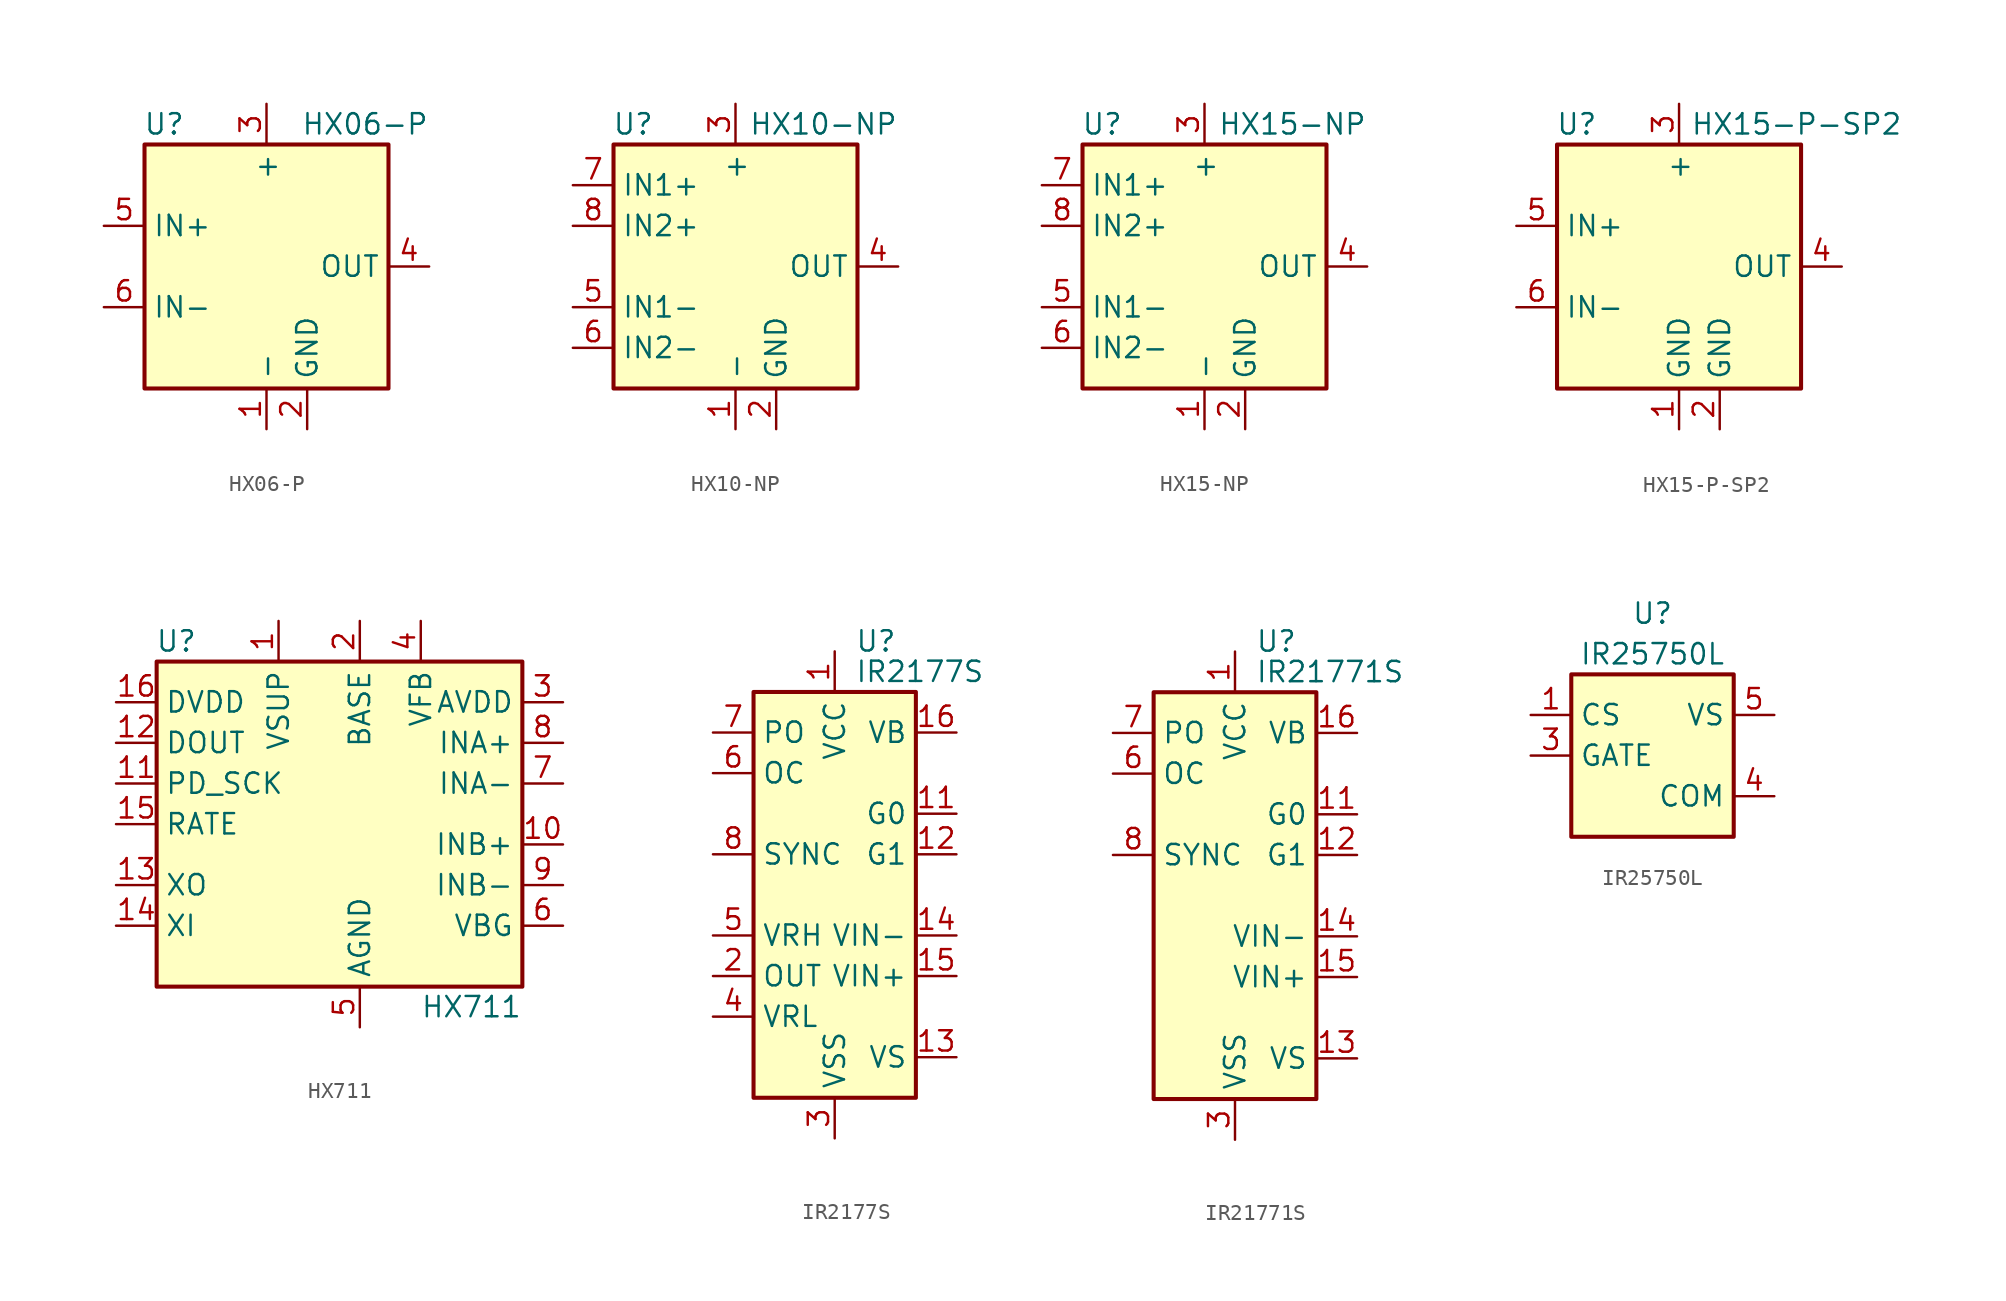
<source format=kicad_sym>
(kicad_symbol_lib
  (version 20211014)
  (generator kicad_symbol_editor)
  (symbol "HX06-P"
    (property "Reference" "U"
      (at -5.08 8.89 0)
      (effects (font (size 1.27 1.27)) (justify right)))
    (property "Value" "HX06-P"
      (at 10.16 8.89 0)
      (effects (font (size 1.27 1.27)) (justify right)))
    (symbol "HX06-P_0_1"
      (rectangle (start -7.62 7.62) (end 7.62 -7.62) (stroke (width 0.254) (type default) (color 0 0 0 0)) (fill (type background))))
    (symbol "HX06-P_1_1"
      (pin power_in line (at 0 -10.16 90) (length 2.54) (name "-" (effects (font (size 1.27 1.27)))) (number "1" (effects (font (size 1.27 1.27)))))
      (pin power_in line (at 2.54 -10.16 90) (length 2.54) (name "GND" (effects (font (size 1.27 1.27)))) (number "2" (effects (font (size 1.27 1.27)))))
      (pin power_in line (at 0 10.16 270) (length 2.54) (name "+" (effects (font (size 1.27 1.27)))) (number "3" (effects (font (size 1.27 1.27)))))
      (pin output line (at 10.16 0 180) (length 2.54) (name "OUT" (effects (font (size 1.27 1.27)))) (number "4" (effects (font (size 1.27 1.27)))))
      (pin passive line (at -10.16 2.54 0) (length 2.54) (name "IN+" (effects (font (size 1.27 1.27)))) (number "5" (effects (font (size 1.27 1.27)))))
      (pin passive line (at -10.16 -2.54 0) (length 2.54) (name "IN-" (effects (font (size 1.27 1.27)))) (number "6" (effects (font (size 1.27 1.27)))))))
  (symbol "HX10-NP"
    (property "Reference" "U"
      (at -5.08 8.89 0)
      (effects (font (size 1.27 1.27)) (justify right)))
    (property "Value" "HX10-NP"
      (at 10.16 8.89 0)
      (effects (font (size 1.27 1.27)) (justify right)))
    (symbol "HX10-NP_0_1"
      (rectangle (start -7.62 7.62) (end 7.62 -7.62) (stroke (width 0.254) (type default) (color 0 0 0 0)) (fill (type background))))
    (symbol "HX10-NP_1_1"
      (pin power_in line (at 0 -10.16 90) (length 2.54) (name "-" (effects (font (size 1.27 1.27)))) (number "1" (effects (font (size 1.27 1.27)))))
      (pin power_in line (at 2.54 -10.16 90) (length 2.54) (name "GND" (effects (font (size 1.27 1.27)))) (number "2" (effects (font (size 1.27 1.27)))))
      (pin power_in line (at 0 10.16 270) (length 2.54) (name "+" (effects (font (size 1.27 1.27)))) (number "3" (effects (font (size 1.27 1.27)))))
      (pin output line (at 10.16 0 180) (length 2.54) (name "OUT" (effects (font (size 1.27 1.27)))) (number "4" (effects (font (size 1.27 1.27)))))
      (pin passive line (at -10.16 -2.54 0) (length 2.54) (name "IN1-" (effects (font (size 1.27 1.27)))) (number "5" (effects (font (size 1.27 1.27)))))
      (pin passive line (at -10.16 -5.08 0) (length 2.54) (name "IN2-" (effects (font (size 1.27 1.27)))) (number "6" (effects (font (size 1.27 1.27)))))
      (pin passive line (at -10.16 5.08 0) (length 2.54) (name "IN1+" (effects (font (size 1.27 1.27)))) (number "7" (effects (font (size 1.27 1.27)))))
      (pin passive line (at -10.16 2.54 0) (length 2.54) (name "IN2+" (effects (font (size 1.27 1.27)))) (number "8" (effects (font (size 1.27 1.27)))))))
  (symbol "HX15-NP"
    (property "Reference" "U"
      (at -5.08 8.89 0)
      (effects (font (size 1.27 1.27)) (justify right)))
    (property "Value" "HX15-NP"
      (at 10.16 8.89 0)
      (effects (font (size 1.27 1.27)) (justify right)))
    (symbol "HX15-NP_0_1"
      (rectangle (start -7.62 7.62) (end 7.62 -7.62) (stroke (width 0.254) (type default) (color 0 0 0 0)) (fill (type background))))
    (symbol "HX15-NP_1_1"
      (pin power_in line (at 0 -10.16 90) (length 2.54) (name "-" (effects (font (size 1.27 1.27)))) (number "1" (effects (font (size 1.27 1.27)))))
      (pin power_in line (at 2.54 -10.16 90) (length 2.54) (name "GND" (effects (font (size 1.27 1.27)))) (number "2" (effects (font (size 1.27 1.27)))))
      (pin power_in line (at 0 10.16 270) (length 2.54) (name "+" (effects (font (size 1.27 1.27)))) (number "3" (effects (font (size 1.27 1.27)))))
      (pin output line (at 10.16 0 180) (length 2.54) (name "OUT" (effects (font (size 1.27 1.27)))) (number "4" (effects (font (size 1.27 1.27)))))
      (pin passive line (at -10.16 -2.54 0) (length 2.54) (name "IN1-" (effects (font (size 1.27 1.27)))) (number "5" (effects (font (size 1.27 1.27)))))
      (pin passive line (at -10.16 -5.08 0) (length 2.54) (name "IN2-" (effects (font (size 1.27 1.27)))) (number "6" (effects (font (size 1.27 1.27)))))
      (pin passive line (at -10.16 5.08 0) (length 2.54) (name "IN1+" (effects (font (size 1.27 1.27)))) (number "7" (effects (font (size 1.27 1.27)))))
      (pin passive line (at -10.16 2.54 0) (length 2.54) (name "IN2+" (effects (font (size 1.27 1.27)))) (number "8" (effects (font (size 1.27 1.27)))))))
  (symbol "HX15-P-SP2"
    (property "Reference" "U"
      (at -5.08 8.89 0)
      (effects (font (size 1.27 1.27)) (justify right)))
    (property "Value" "HX15-P-SP2"
      (at 13.97 8.89 0)
      (effects (font (size 1.27 1.27)) (justify right)))
    (symbol "HX15-P-SP2_0_1"
      (rectangle (start -7.62 7.62) (end 7.62 -7.62) (stroke (width 0.254) (type default) (color 0 0 0 0)) (fill (type background))))
    (symbol "HX15-P-SP2_1_1"
      (pin power_in line (at 0 -10.16 90) (length 2.54) (name "GND" (effects (font (size 1.27 1.27)))) (number "1" (effects (font (size 1.27 1.27)))))
      (pin power_in line (at 2.54 -10.16 90) (length 2.54) (name "GND" (effects (font (size 1.27 1.27)))) (number "2" (effects (font (size 1.27 1.27)))))
      (pin power_in line (at 0 10.16 270) (length 2.54) (name "+" (effects (font (size 1.27 1.27)))) (number "3" (effects (font (size 1.27 1.27)))))
      (pin output line (at 10.16 0 180) (length 2.54) (name "OUT" (effects (font (size 1.27 1.27)))) (number "4" (effects (font (size 1.27 1.27)))))
      (pin passive line (at -10.16 2.54 0) (length 2.54) (name "IN+" (effects (font (size 1.27 1.27)))) (number "5" (effects (font (size 1.27 1.27)))))
      (pin passive line (at -10.16 -2.54 0) (length 2.54) (name "IN-" (effects (font (size 1.27 1.27)))) (number "6" (effects (font (size 1.27 1.27)))))))
  (symbol "HX711"
    (property "Reference" "U"
      (at -5.08 8.89 0)
      (effects (font (size 1.27 1.27)) (justify right)))
    (property "Value" "HX711"
      (at 15.24 -13.97 0)
      (effects (font (size 1.27 1.27)) (justify right)))
    (symbol "HX711_0_1"
      (rectangle (start -7.62 7.62) (end 15.24 -12.7) (stroke (width 0.254) (type default) (color 0 0 0 0)) (fill (type background))))
    (symbol "HX711_1_1"
      (pin input line (at 0 10.16 270) (length 2.54) (name "VSUP" (effects (font (size 1.27 1.27)))) (number "1" (effects (font (size 1.27 1.27)))))
      (pin output line (at 17.78 -3.81 180) (length 2.54) (name "INB+" (effects (font (size 1.27 1.27)))) (number "10" (effects (font (size 1.27 1.27)))))
      (pin passive line (at -10.16 0 0) (length 2.54) (name "PD_SCK" (effects (font (size 1.27 1.27)))) (number "11" (effects (font (size 1.27 1.27)))))
      (pin passive line (at -10.16 2.54 0) (length 2.54) (name "DOUT" (effects (font (size 1.27 1.27)))) (number "12" (effects (font (size 1.27 1.27)))))
      (pin passive line (at -10.16 -6.35 0) (length 2.54) (name "XO" (effects (font (size 1.27 1.27)))) (number "13" (effects (font (size 1.27 1.27)))))
      (pin passive line (at -10.16 -8.89 0) (length 2.54) (name "XI" (effects (font (size 1.27 1.27)))) (number "14" (effects (font (size 1.27 1.27)))))
      (pin passive line (at -10.16 -2.54 0) (length 2.54) (name "RATE" (effects (font (size 1.27 1.27)))) (number "15" (effects (font (size 1.27 1.27)))))
      (pin passive line (at -10.16 5.08 0) (length 2.54) (name "DVDD" (effects (font (size 1.27 1.27)))) (number "16" (effects (font (size 1.27 1.27)))))
      (pin output line (at 5.08 10.16 270) (length 2.54) (name "BASE" (effects (font (size 1.27 1.27)))) (number "2" (effects (font (size 1.27 1.27)))))
      (pin output line (at 17.78 5.08 180) (length 2.54) (name "AVDD" (effects (font (size 1.27 1.27)))) (number "3" (effects (font (size 1.27 1.27)))))
      (pin input line (at 8.89 10.16 270) (length 2.54) (name "VFB" (effects (font (size 1.27 1.27)))) (number "4" (effects (font (size 1.27 1.27)))))
      (pin power_in line (at 5.08 -15.24 90) (length 2.54) (name "AGND" (effects (font (size 1.27 1.27)))) (number "5" (effects (font (size 1.27 1.27)))))
      (pin output line (at 17.78 -8.89 180) (length 2.54) (name "VBG" (effects (font (size 1.27 1.27)))) (number "6" (effects (font (size 1.27 1.27)))))
      (pin output line (at 17.78 0 180) (length 2.54) (name "INA-" (effects (font (size 1.27 1.27)))) (number "7" (effects (font (size 1.27 1.27)))))
      (pin output line (at 17.78 2.54 180) (length 2.54) (name "INA+" (effects (font (size 1.27 1.27)))) (number "8" (effects (font (size 1.27 1.27)))))
      (pin output line (at 17.78 -6.35 180) (length 2.54) (name "INB-" (effects (font (size 1.27 1.27)))) (number "9" (effects (font (size 1.27 1.27)))))))
  (symbol "IR2177S"
    (property "Reference" "U"
      (at 1.27 15.875 0)
      (effects (font (size 1.27 1.27)) (justify left)))
    (property "Value" "IR2177S"
      (at 1.27 13.97 0)
      (effects (font (size 1.27 1.27)) (justify left)))
    (symbol "IR2177S_0_1"
      (rectangle (start -5.08 -12.7) (end 5.08 12.7) (stroke (width 0.254) (type default) (color 0 0 0 0)) (fill (type background))))
    (symbol "IR2177S_1_1"
      (pin power_in line (at 0 15.24 270) (length 2.54) (name "VCC" (effects (font (size 1.27 1.27)))) (number "1" (effects (font (size 1.27 1.27)))))
      (pin no_connect line (at -5.08 0 0) (length 2.54) hide (name "NC" (effects (font (size 1.27 1.27)))) (number "10" (effects (font (size 1.27 1.27)))))
      (pin input line (at 7.62 5.08 180) (length 2.54) (name "G0" (effects (font (size 1.27 1.27)))) (number "11" (effects (font (size 1.27 1.27)))))
      (pin input line (at 7.62 2.54 180) (length 2.54) (name "G1" (effects (font (size 1.27 1.27)))) (number "12" (effects (font (size 1.27 1.27)))))
      (pin passive line (at 7.62 -10.16 180) (length 2.54) (name "VS" (effects (font (size 1.27 1.27)))) (number "13" (effects (font (size 1.27 1.27)))))
      (pin passive line (at 7.62 -2.54 180) (length 2.54) (name "VIN-" (effects (font (size 1.27 1.27)))) (number "14" (effects (font (size 1.27 1.27)))))
      (pin passive line (at 7.62 -5.08 180) (length 2.54) (name "VIN+" (effects (font (size 1.27 1.27)))) (number "15" (effects (font (size 1.27 1.27)))))
      (pin passive line (at 7.62 10.16 180) (length 2.54) (name "VB" (effects (font (size 1.27 1.27)))) (number "16" (effects (font (size 1.27 1.27)))))
      (pin output line (at -7.62 -5.08 0) (length 2.54) (name "OUT" (effects (font (size 1.27 1.27)))) (number "2" (effects (font (size 1.27 1.27)))))
      (pin power_in line (at 0 -15.24 90) (length 2.54) (name "VSS" (effects (font (size 1.27 1.27)))) (number "3" (effects (font (size 1.27 1.27)))))
      (pin input line (at -7.62 -7.62 0) (length 2.54) (name "VRL" (effects (font (size 1.27 1.27)))) (number "4" (effects (font (size 1.27 1.27)))))
      (pin input line (at -7.62 -2.54 0) (length 2.54) (name "VRH" (effects (font (size 1.27 1.27)))) (number "5" (effects (font (size 1.27 1.27)))))
      (pin open_collector line (at -7.62 7.62 0) (length 2.54) (name "OC" (effects (font (size 1.27 1.27)))) (number "6" (effects (font (size 1.27 1.27)))))
      (pin open_collector line (at -7.62 10.16 0) (length 2.54) (name "PO" (effects (font (size 1.27 1.27)))) (number "7" (effects (font (size 1.27 1.27)))))
      (pin input line (at -7.62 2.54 0) (length 2.54) (name "SYNC" (effects (font (size 1.27 1.27)))) (number "8" (effects (font (size 1.27 1.27)))))
      (pin no_connect line (at -5.08 5.08 0) (length 2.54) hide (name "NC" (effects (font (size 1.27 1.27)))) (number "9" (effects (font (size 1.27 1.27)))))))
  (symbol "IR21771S"
    (property "Reference" "U"
      (at 1.27 15.875 0)
      (effects (font (size 1.27 1.27)) (justify left)))
    (property "Value" "IR21771S"
      (at 1.27 13.97 0)
      (effects (font (size 1.27 1.27)) (justify left)))
    (symbol "IR21771S_0_1"
      (rectangle (start -5.08 -12.7) (end 5.08 12.7) (stroke (width 0.254) (type default) (color 0 0 0 0)) (fill (type background))))
    (symbol "IR21771S_1_1"
      (pin power_in line (at 0 15.24 270) (length 2.54) (name "VCC" (effects (font (size 1.27 1.27)))) (number "1" (effects (font (size 1.27 1.27)))))
      (pin no_connect line (at -5.08 0 0) (length 2.54) hide (name "NC" (effects (font (size 1.27 1.27)))) (number "10" (effects (font (size 1.27 1.27)))))
      (pin input line (at 7.62 5.08 180) (length 2.54) (name "G0" (effects (font (size 1.27 1.27)))) (number "11" (effects (font (size 1.27 1.27)))))
      (pin input line (at 7.62 2.54 180) (length 2.54) (name "G1" (effects (font (size 1.27 1.27)))) (number "12" (effects (font (size 1.27 1.27)))))
      (pin passive line (at 7.62 -10.16 180) (length 2.54) (name "VS" (effects (font (size 1.27 1.27)))) (number "13" (effects (font (size 1.27 1.27)))))
      (pin passive line (at 7.62 -2.54 180) (length 2.54) (name "VIN-" (effects (font (size 1.27 1.27)))) (number "14" (effects (font (size 1.27 1.27)))))
      (pin passive line (at 7.62 -5.08 180) (length 2.54) (name "VIN+" (effects (font (size 1.27 1.27)))) (number "15" (effects (font (size 1.27 1.27)))))
      (pin passive line (at 7.62 10.16 180) (length 2.54) (name "VB" (effects (font (size 1.27 1.27)))) (number "16" (effects (font (size 1.27 1.27)))))
      (pin no_connect line (at -5.08 -5.08 0) (length 2.54) hide (name "NC" (effects (font (size 1.27 1.27)))) (number "2" (effects (font (size 1.27 1.27)))))
      (pin power_in line (at 0 -15.24 90) (length 2.54) (name "VSS" (effects (font (size 1.27 1.27)))) (number "3" (effects (font (size 1.27 1.27)))))
      (pin no_connect line (at -5.08 -7.62 0) (length 2.54) hide (name "NC" (effects (font (size 1.27 1.27)))) (number "4" (effects (font (size 1.27 1.27)))))
      (pin no_connect line (at -5.08 -2.54 0) (length 2.54) hide (name "NC" (effects (font (size 1.27 1.27)))) (number "5" (effects (font (size 1.27 1.27)))))
      (pin open_collector line (at -7.62 7.62 0) (length 2.54) (name "OC" (effects (font (size 1.27 1.27)))) (number "6" (effects (font (size 1.27 1.27)))))
      (pin open_collector line (at -7.62 10.16 0) (length 2.54) (name "PO" (effects (font (size 1.27 1.27)))) (number "7" (effects (font (size 1.27 1.27)))))
      (pin input line (at -7.62 2.54 0) (length 2.54) (name "SYNC" (effects (font (size 1.27 1.27)))) (number "8" (effects (font (size 1.27 1.27)))))
      (pin no_connect line (at -5.08 5.08 0) (length 2.54) hide (name "NC" (effects (font (size 1.27 1.27)))) (number "9" (effects (font (size 1.27 1.27)))))))
  (symbol "IR25750L"
    (property "Reference" "U"
      (at 0 8.89 0)
      (effects (font (size 1.27 1.27))))
    (property "Value" "IR25750L"
      (at 0 6.35 0)
      (effects (font (size 1.27 1.27))))
    (symbol "IR25750L_0_1"
      (rectangle (start -5.08 -5.08) (end 5.08 5.08) (stroke (width 0.254) (type default) (color 0 0 0 0)) (fill (type background))))
    (symbol "IR25750L_1_1"
      (pin output line (at -7.62 2.54 0) (length 2.54) (name "CS" (effects (font (size 1.27 1.27)))) (number "1" (effects (font (size 1.27 1.27)))))
      (pin no_connect line (at -5.08 -2.54 0) (length 2.54) hide (name "NC" (effects (font (size 1.27 1.27)))) (number "2" (effects (font (size 1.27 1.27)))))
      (pin input line (at -7.62 0 0) (length 2.54) (name "GATE" (effects (font (size 1.27 1.27)))) (number "3" (effects (font (size 1.27 1.27)))))
      (pin power_in line (at 7.62 -2.54 180) (length 2.54) (name "COM" (effects (font (size 1.27 1.27)))) (number "4" (effects (font (size 1.27 1.27)))))
      (pin passive line (at 7.62 2.54 180) (length 2.54) (name "VS" (effects (font (size 1.27 1.27)))) (number "5" (effects (font (size 1.27 1.27))))))))
</source>
